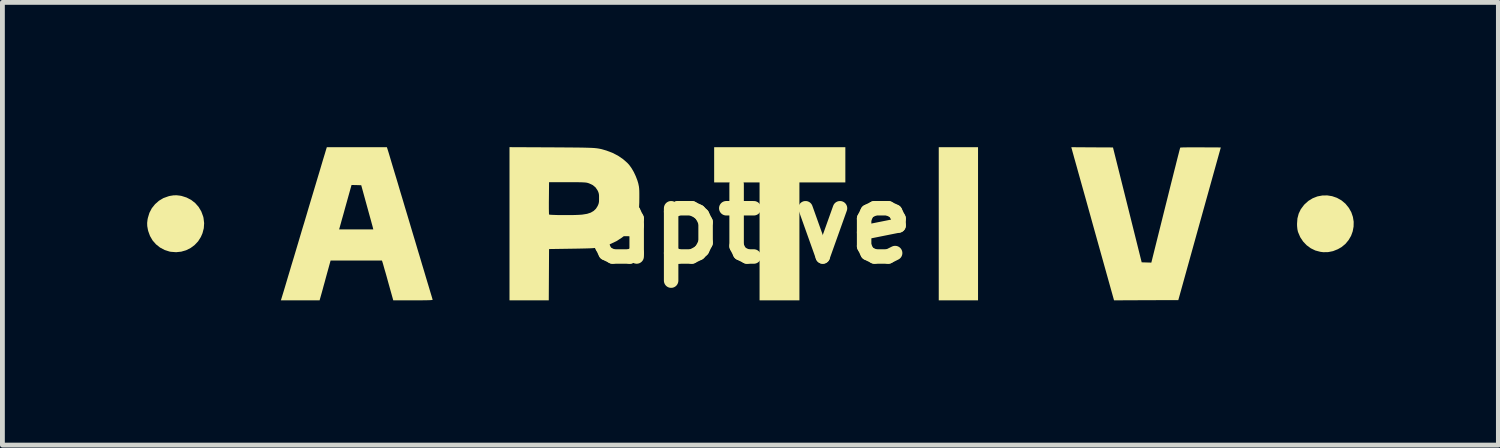
<source format=kicad_pcb>
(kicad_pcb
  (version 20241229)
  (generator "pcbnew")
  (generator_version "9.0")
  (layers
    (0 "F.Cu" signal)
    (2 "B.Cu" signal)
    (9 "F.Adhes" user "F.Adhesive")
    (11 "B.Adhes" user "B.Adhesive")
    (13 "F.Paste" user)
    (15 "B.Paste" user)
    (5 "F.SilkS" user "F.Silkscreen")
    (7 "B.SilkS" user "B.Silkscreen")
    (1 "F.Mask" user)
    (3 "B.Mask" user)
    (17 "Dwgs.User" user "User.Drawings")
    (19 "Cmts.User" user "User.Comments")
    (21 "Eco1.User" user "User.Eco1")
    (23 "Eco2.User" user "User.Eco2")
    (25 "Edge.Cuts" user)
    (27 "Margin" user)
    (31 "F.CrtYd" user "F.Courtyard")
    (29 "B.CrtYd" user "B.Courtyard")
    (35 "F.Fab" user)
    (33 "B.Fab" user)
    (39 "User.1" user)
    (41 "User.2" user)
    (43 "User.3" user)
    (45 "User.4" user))
  (footprint "aptive"
    (layer "F.Cu")
    (at 12.503 1.588)
    (property "Reference" "aptive" (at 0 0 0) (layer "F.SilkS") (effects (font (size 1.5 1.5) (thickness 0.3))))
    (attr board_only exclude_from_pos_files exclude_from_bom)
    (fp_poly (pts (xy 4.718 0) (xy 4.718 1.587) (xy 4.311 1.587) (xy 3.904 1.587) (xy 3.904 0) (xy 3.904 -1.587) (xy 4.311 -1.587) (xy 4.718 -1.587)) (stroke (width 0) (type solid)) (fill yes) (layer "F.SilkS"))
    (fp_poly (pts (xy 1.968 -1.222) (xy 1.968 -0.857) (xy 1.492 -0.857) (xy 1.016 -0.857) (xy 1.016 0.365) (xy 1.016 1.587) (xy 0.603 1.587) (xy 0.19 1.587) (xy 0.19 0.365) (xy 0.19 -0.857) (xy -0.28 -0.857) (xy -0.751 -0.857) (xy -0.751 -1.222) (xy -0.751 -1.587) (xy 0.608 -1.587) (xy 1.968 -1.587)) (stroke (width 0) (type solid)) (fill yes) (layer "F.SilkS"))
    (fp_poly (pts (xy 12.057 -0.572) (xy 12.156 -0.538) (xy 12.248 -0.487) (xy 12.332 -0.417) (xy 12.335 -0.414) (xy 12.404 -0.329) (xy 12.455 -0.238) (xy 12.488 -0.141) (xy 12.504 -0.042) (xy 12.502 0.058) (xy 12.484 0.156) (xy 12.45 0.25) (xy 12.399 0.337) (xy 12.334 0.416) (xy 12.253 0.483) (xy 12.176 0.527) (xy 12.076 0.567) (xy 11.977 0.587) (xy 11.875 0.589) (xy 11.812 0.581) (xy 11.709 0.554) (xy 11.615 0.508) (xy 11.529 0.445) (xy 11.456 0.368) (xy 11.396 0.278) (xy 11.353 0.177) (xy 11.347 0.159) (xy 11.337 0.111) (xy 11.331 0.048) (xy 11.33 0) (xy 11.338 -0.111) (xy 11.364 -0.21) (xy 11.408 -0.302) (xy 11.472 -0.387) (xy 11.484 -0.401) (xy 11.565 -0.474) (xy 11.655 -0.529) (xy 11.752 -0.567) (xy 11.853 -0.586) (xy 11.956 -0.588)) (stroke (width 0) (type solid)) (fill yes) (layer "F.SilkS"))
    (fp_poly (pts (xy -11.824 -0.583) (xy -11.79 -0.577) (xy -11.686 -0.544) (xy -11.59 -0.494) (xy -11.506 -0.428) (xy -11.436 -0.348) (xy -11.381 -0.256) (xy -11.343 -0.154) (xy -11.335 -0.122) (xy -11.322 -0.013) (xy -11.329 0.092) (xy -11.356 0.196) (xy -11.39 0.274) (xy -11.447 0.364) (xy -11.519 0.44) (xy -11.602 0.502) (xy -11.696 0.549) (xy -11.797 0.578) (xy -11.902 0.589) (xy -12.01 0.581) (xy -12.039 0.576) (xy -12.142 0.543) (xy -12.237 0.492) (xy -12.32 0.426) (xy -12.39 0.346) (xy -12.444 0.253) (xy -12.481 0.151) (xy -12.488 0.122) (xy -12.501 0.048) (xy -12.503 -0.018) (xy -12.495 -0.088) (xy -12.488 -0.122) (xy -12.456 -0.227) (xy -12.406 -0.323) (xy -12.339 -0.406) (xy -12.259 -0.477) (xy -12.167 -0.532) (xy -12.064 -0.569) (xy -12.034 -0.577) (xy -11.96 -0.589) (xy -11.893 -0.591)) (stroke (width 0) (type solid)) (fill yes) (layer "F.SilkS"))
    (fp_poly (pts (xy 7.083 -1.584) (xy 7.515 -1.582) (xy 7.813 -0.391) (xy 8.11 0.799) (xy 8.21 0.802) (xy 8.31 0.805) (xy 8.606 -0.381) (xy 8.645 -0.536) (xy 8.682 -0.685) (xy 8.717 -0.826) (xy 8.751 -0.96) (xy 8.782 -1.084) (xy 8.811 -1.197) (xy 8.836 -1.298) (xy 8.858 -1.385) (xy 8.877 -1.458) (xy 8.891 -1.514) (xy 8.902 -1.554) (xy 8.907 -1.574) (xy 8.908 -1.577) (xy 8.92 -1.58) (xy 8.951 -1.582) (xy 9.001 -1.583) (xy 9.066 -1.584) (xy 9.146 -1.585) (xy 9.239 -1.585) (xy 9.332 -1.584) (xy 9.75 -1.582) (xy 9.309 0) (xy 8.869 1.582) (xy 8.203 1.584) (xy 7.537 1.587) (xy 7.1 0.024) (xy 7.051 -0.153) (xy 7.003 -0.325) (xy 6.957 -0.491) (xy 6.913 -0.648) (xy 6.871 -0.797) (xy 6.832 -0.937) (xy 6.796 -1.065) (xy 6.764 -1.181) (xy 6.735 -1.284) (xy 6.71 -1.372) (xy 6.69 -1.446) (xy 6.674 -1.502) (xy 6.664 -1.541) (xy 6.658 -1.561) (xy 6.657 -1.563) (xy 6.652 -1.587)) (stroke (width 0) (type solid)) (fill yes) (layer "F.SilkS"))
    (fp_poly (pts (xy -4.123 -1.584) (xy -3.961 -1.583) (xy -3.819 -1.582) (xy -3.694 -1.581) (xy -3.587 -1.58) (xy -3.494 -1.579) (xy -3.414 -1.577) (xy -3.346 -1.575) (xy -3.288 -1.573) (xy -3.238 -1.57) (xy -3.196 -1.566) (xy -3.159 -1.561) (xy -3.126 -1.555) (xy -3.095 -1.549) (xy -3.065 -1.541) (xy -3.034 -1.532) (xy -3 -1.522) (xy -2.983 -1.517) (xy -2.861 -1.471) (xy -2.746 -1.412) (xy -2.641 -1.341) (xy -2.551 -1.262) (xy -2.51 -1.217) (xy -2.463 -1.152) (xy -2.417 -1.073) (xy -2.376 -0.986) (xy -2.343 -0.9) (xy -2.325 -0.841) (xy -2.317 -0.804) (xy -2.31 -0.769) (xy -2.306 -0.732) (xy -2.303 -0.687) (xy -2.302 -0.632) (xy -2.302 -0.561) (xy -2.302 -0.54) (xy -2.303 -0.44) (xy -2.307 -0.357) (xy -2.316 -0.285) (xy -2.329 -0.22) (xy -2.349 -0.157) (xy -2.376 -0.091) (xy -2.406 -0.026) (xy -2.475 0.091) (xy -2.559 0.195) (xy -2.66 0.285) (xy -2.776 0.36) (xy -2.908 0.422) (xy -3.055 0.47) (xy -3.158 0.493) (xy -3.186 0.497) (xy -3.219 0.501) (xy -3.26 0.505) (xy -3.309 0.508) (xy -3.369 0.51) (xy -3.443 0.512) (xy -3.533 0.514) (xy -3.64 0.516) (xy -3.713 0.517) (xy -4.173 0.524) (xy -4.176 1.055) (xy -4.179 1.587) (xy -4.586 1.587) (xy -4.993 1.587) (xy -4.993 -0.001) (xy -4.993 -0.378) (xy -4.177 -0.378) (xy -4.177 -0.312) (xy -4.176 -0.258) (xy -4.175 -0.219) (xy -4.174 -0.197) (xy -4.174 -0.193) (xy -4.162 -0.189) (xy -4.132 -0.186) (xy -4.087 -0.184) (xy -4.03 -0.182) (xy -3.964 -0.18) (xy -3.891 -0.18) (xy -3.816 -0.18) (xy -3.74 -0.18) (xy -3.666 -0.181) (xy -3.599 -0.183) (xy -3.54 -0.186) (xy -3.493 -0.189) (xy -3.478 -0.191) (xy -3.385 -0.206) (xy -3.309 -0.231) (xy -3.249 -0.266) (xy -3.201 -0.312) (xy -3.166 -0.368) (xy -3.152 -0.4) (xy -3.143 -0.428) (xy -3.138 -0.46) (xy -3.137 -0.503) (xy -3.137 -0.53) (xy -3.137 -0.579) (xy -3.14 -0.615) (xy -3.147 -0.643) (xy -3.158 -0.672) (xy -3.169 -0.694) (xy -3.21 -0.754) (xy -3.266 -0.801) (xy -3.34 -0.836) (xy -3.363 -0.844) (xy -3.381 -0.849) (xy -3.402 -0.853) (xy -3.428 -0.856) (xy -3.462 -0.858) (xy -3.505 -0.86) (xy -3.561 -0.861) (xy -3.631 -0.862) (xy -3.718 -0.862) (xy -3.798 -0.862) (xy -4.173 -0.862) (xy -4.176 -0.534) (xy -4.177 -0.453) (xy -4.177 -0.378) (xy -4.993 -0.378) (xy -4.993 -1.588)) (stroke (width 0) (type solid)) (fill yes) (layer "F.SilkS"))
    (fp_poly (pts (xy -7.518 -1.537) (xy -7.513 -1.521) (xy -7.502 -1.486) (xy -7.486 -1.433) (xy -7.465 -1.363) (xy -7.44 -1.278) (xy -7.41 -1.178) (xy -7.376 -1.065) (xy -7.338 -0.94) (xy -7.297 -0.803) (xy -7.254 -0.657) (xy -7.207 -0.502) (xy -7.159 -0.34) (xy -7.108 -0.171) (xy -7.056 0.003) (xy -7.046 0.037) (xy -6.994 0.211) (xy -6.943 0.38) (xy -6.895 0.542) (xy -6.848 0.697) (xy -6.805 0.843) (xy -6.764 0.978) (xy -6.727 1.103) (xy -6.693 1.216) (xy -6.663 1.315) (xy -6.638 1.4) (xy -6.617 1.469) (xy -6.601 1.522) (xy -6.591 1.557) (xy -6.586 1.573) (xy -6.585 1.574) (xy -6.588 1.577) (xy -6.601 1.58) (xy -6.624 1.582) (xy -6.661 1.584) (xy -6.711 1.585) (xy -6.778 1.586) (xy -6.862 1.587) (xy -6.966 1.587) (xy -6.991 1.587) (xy -7.402 1.587) (xy -7.511 1.198) (xy -7.535 1.11) (xy -7.558 1.028) (xy -7.58 0.954) (xy -7.598 0.89) (xy -7.612 0.84) (xy -7.623 0.804) (xy -7.628 0.786) (xy -7.629 0.785) (xy -7.637 0.762) (xy -8.169 0.762) (xy -8.701 0.762) (xy -8.801 1.124) (xy -8.824 1.21) (xy -8.847 1.292) (xy -8.867 1.367) (xy -8.885 1.432) (xy -8.9 1.484) (xy -8.91 1.52) (xy -8.915 1.537) (xy -8.929 1.587) (xy -9.33 1.587) (xy -9.732 1.587) (xy -9.722 1.558) (xy -9.718 1.544) (xy -9.708 1.512) (xy -9.693 1.462) (xy -9.672 1.394) (xy -9.647 1.311) (xy -9.618 1.213) (xy -9.585 1.102) (xy -9.548 0.979) (xy -9.508 0.844) (xy -9.464 0.7) (xy -9.418 0.546) (xy -9.37 0.385) (xy -9.32 0.217) (xy -9.29 0.116) (xy -8.524 0.116) (xy -8.17 0.116) (xy -7.816 0.116) (xy -7.823 0.087) (xy -7.827 0.071) (xy -7.836 0.037) (xy -7.85 -0.013) (xy -7.867 -0.077) (xy -7.888 -0.152) (xy -7.911 -0.235) (xy -7.936 -0.326) (xy -7.948 -0.37) (xy -8.066 -0.799) (xy -8.167 -0.802) (xy -8.267 -0.804) (xy -8.355 -0.489) (xy -8.379 -0.403) (xy -8.404 -0.314) (xy -8.427 -0.229) (xy -8.449 -0.151) (xy -8.468 -0.085) (xy -8.482 -0.034) (xy -8.483 -0.029) (xy -8.524 0.116) (xy -9.29 0.116) (xy -9.268 0.043) (xy -9.256 0.005) (xy -9.204 -0.169) (xy -9.154 -0.339) (xy -9.105 -0.502) (xy -9.058 -0.658) (xy -9.014 -0.805) (xy -8.973 -0.942) (xy -8.935 -1.068) (xy -8.901 -1.182) (xy -8.871 -1.284) (xy -8.845 -1.37) (xy -8.823 -1.442) (xy -8.807 -1.496) (xy -8.796 -1.533) (xy -8.79 -1.551) (xy -8.79 -1.552) (xy -8.779 -1.587) (xy -8.156 -1.587) (xy -7.534 -1.587)) (stroke (width 0) (type solid)) (fill yes) (layer "F.SilkS")))
  (gr_rect
    (start -3 -3)
    (end 28.006 6.175)
    (stroke (width 0.1) (type default))
    (fill no)
    (layer "Edge.Cuts")))
</source>
